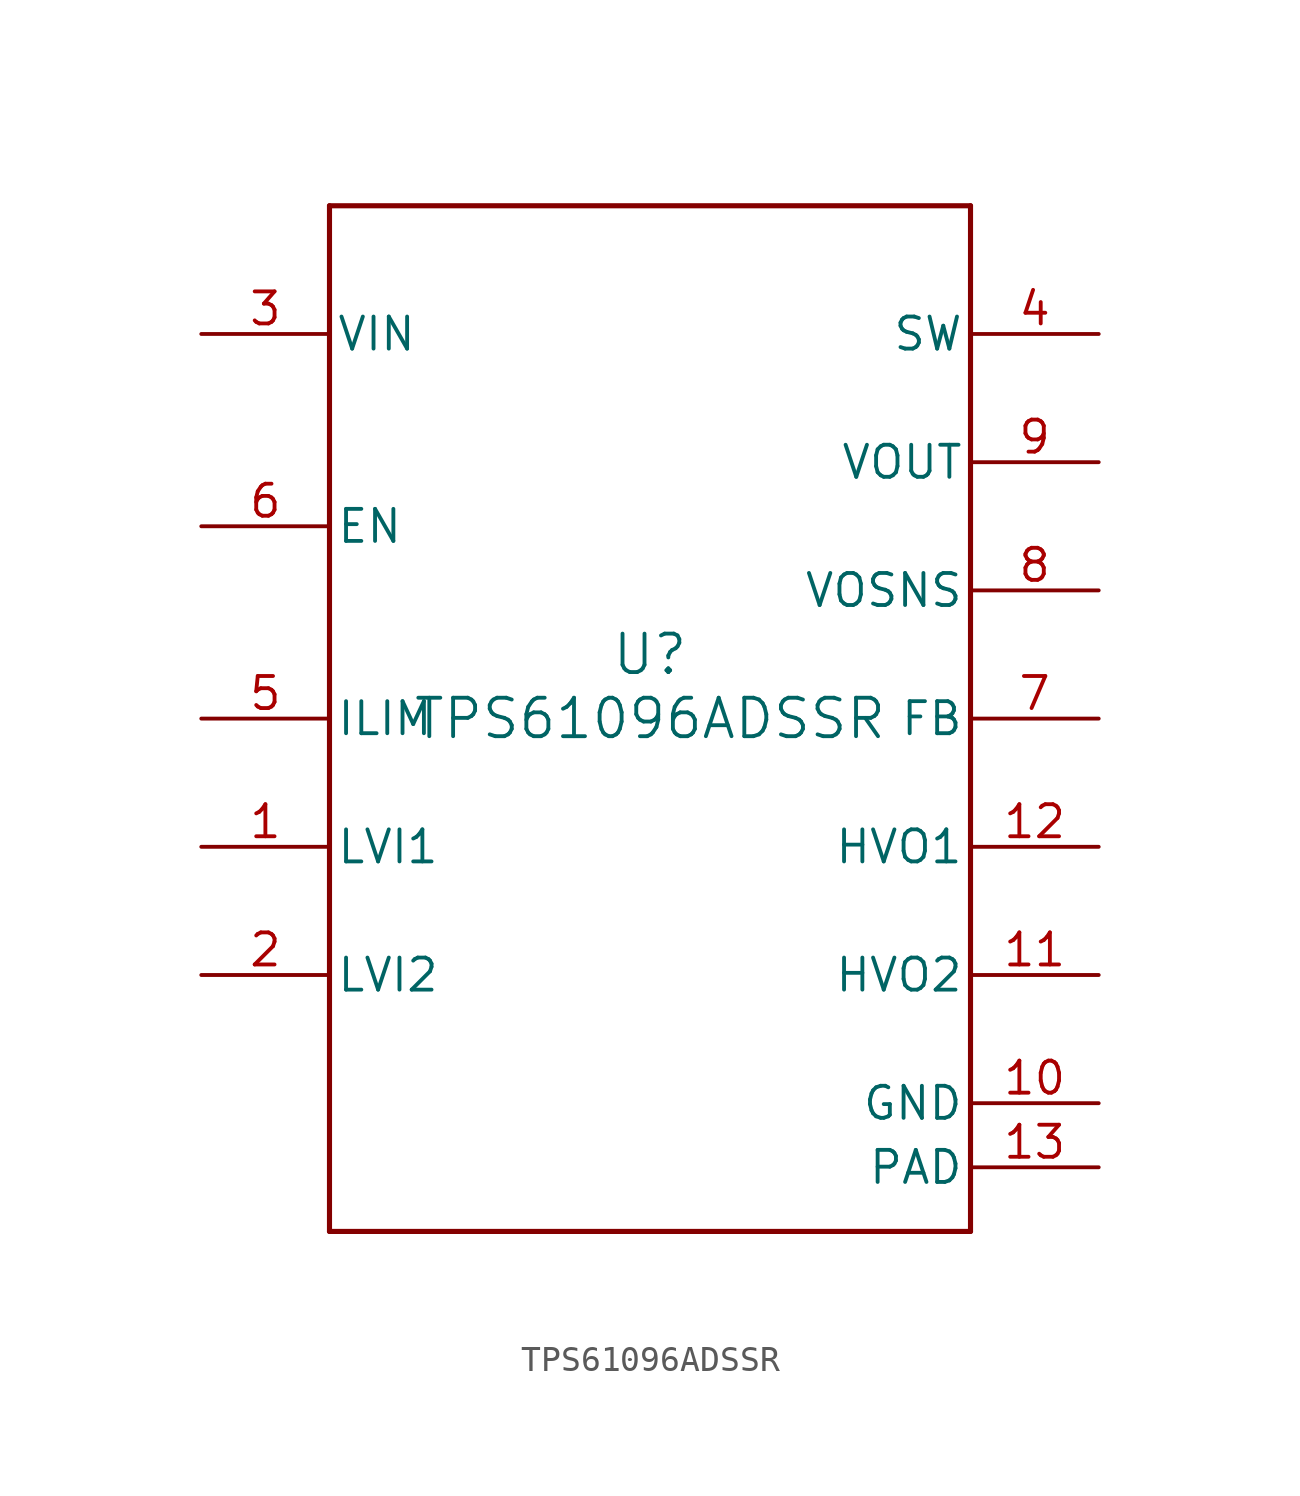
<source format=kicad_sym>
(kicad_symbol_lib
  (version 20211014)
  (generator kicad_symbol_editor)
  (symbol "TPS61096ADSSR"
    (pin_names
      (offset 0.254))
    (property "Reference" "U"
      (at 0 2.54 0)
      (effects (font (size 1.524 1.524))))
    (property "Value" "TPS61096ADSSR"
      (at 0 0 0)
      (effects (font (size 1.524 1.524))))
    (symbol "TPS61096ADSSR_0_1"
      (polyline (pts (xy -12.7 -20.32) (xy 12.7 -20.32)) (stroke (width 0.203) (type default) (color 0 0 0 0)) (fill (type none)))
      (polyline (pts (xy 12.7 -20.32) (xy 12.7 20.32)) (stroke (width 0.203) (type default) (color 0 0 0 0)) (fill (type none)))
      (polyline (pts (xy 12.7 20.32) (xy -12.7 20.32)) (stroke (width 0.203) (type default) (color 0 0 0 0)) (fill (type none)))
      (polyline (pts (xy -12.7 20.32) (xy -12.7 -20.32)) (stroke (width 0.203) (type default) (color 0 0 0 0)) (fill (type none)))
      (pin input line (at -17.78 -5.08 0) (length 5.08) (name "LVI1" (effects (font (size 1.27 1.27)))) (number "1" (effects (font (size 1.27 1.27)))))
      (pin input line (at -17.78 -10.16 0) (length 5.08) (name "LVI2" (effects (font (size 1.27 1.27)))) (number "2" (effects (font (size 1.27 1.27)))))
      (pin power_in line (at -17.78 15.24 0) (length 5.08) (name "VIN" (effects (font (size 1.27 1.27)))) (number "3" (effects (font (size 1.27 1.27)))))
      (pin power_in line (at 17.78 15.24 180) (length 5.08) (name "SW" (effects (font (size 1.27 1.27)))) (number "4" (effects (font (size 1.27 1.27)))))
      (pin input line (at -17.78 0 0) (length 5.08) (name "ILIM" (effects (font (size 1.27 1.27)))) (number "5" (effects (font (size 1.27 1.27)))))
      (pin input line (at -17.78 7.62 0) (length 5.08) (name "EN" (effects (font (size 1.27 1.27)))) (number "6" (effects (font (size 1.27 1.27)))))
      (pin input line (at 17.78 0 180) (length 5.08) (name "FB" (effects (font (size 1.27 1.27)))) (number "7" (effects (font (size 1.27 1.27)))))
      (pin bidirectional line (at 17.78 5.08 180) (length 5.08) (name "VOSNS" (effects (font (size 1.27 1.27)))) (number "8" (effects (font (size 1.27 1.27)))))
      (pin power_in line (at 17.78 10.16 180) (length 5.08) (name "VOUT" (effects (font (size 1.27 1.27)))) (number "9" (effects (font (size 1.27 1.27)))))
      (pin power_in line (at 17.78 -15.24 180) (length 5.08) (name "GND" (effects (font (size 1.27 1.27)))) (number "10" (effects (font (size 1.27 1.27)))))
      (pin output line (at 17.78 -10.16 180) (length 5.08) (name "HVO2" (effects (font (size 1.27 1.27)))) (number "11" (effects (font (size 1.27 1.27)))))
      (pin output line (at 17.78 -5.08 180) (length 5.08) (name "HVO1" (effects (font (size 1.27 1.27)))) (number "12" (effects (font (size 1.27 1.27)))))
      (pin unspecified line (at 17.78 -17.78 180) (length 5.08) (name "PAD" (effects (font (size 1.27 1.27)))) (number "13" (effects (font (size 1.27 1.27))))))))
</source>
